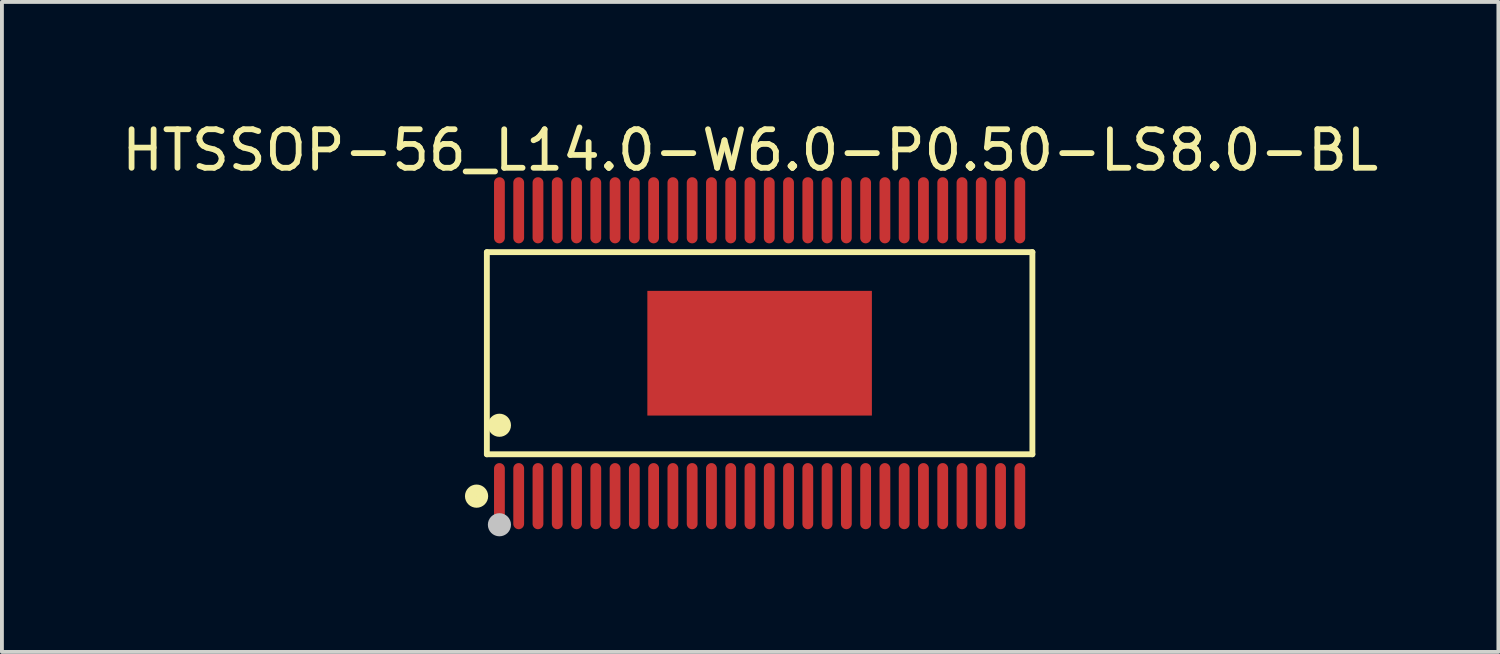
<source format=kicad_pcb>
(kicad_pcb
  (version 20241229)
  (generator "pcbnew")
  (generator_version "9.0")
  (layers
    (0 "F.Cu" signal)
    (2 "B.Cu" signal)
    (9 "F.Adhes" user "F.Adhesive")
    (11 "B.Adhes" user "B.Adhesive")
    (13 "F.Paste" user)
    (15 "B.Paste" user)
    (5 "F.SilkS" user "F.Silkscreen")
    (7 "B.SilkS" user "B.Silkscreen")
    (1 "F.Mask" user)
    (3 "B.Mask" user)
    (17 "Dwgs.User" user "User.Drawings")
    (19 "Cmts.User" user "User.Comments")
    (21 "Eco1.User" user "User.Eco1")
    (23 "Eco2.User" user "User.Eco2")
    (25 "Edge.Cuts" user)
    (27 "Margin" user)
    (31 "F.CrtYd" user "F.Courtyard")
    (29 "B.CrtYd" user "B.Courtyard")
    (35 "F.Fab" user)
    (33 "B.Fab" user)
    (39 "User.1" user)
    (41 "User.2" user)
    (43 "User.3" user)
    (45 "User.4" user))
  (footprint "HTSSOP-56_L14.0-W6.0-P0.50-LS8.0-BL"
    (layer "F.Cu")
    (at 16.656 6.113)
    (property "Reference" "HTSSOP-56_L14.0-W6.0-P0.50-LS8.0-BL" (at -0.245 -5.265 0) (layer "F.SilkS") (effects (font (size 1 1) (thickness 0.15))))
    (fp_line (start -7.076 -2.622) (end 7.076 -2.622) (stroke (width 0.152) (type default)) (layer "F.SilkS"))
    (fp_line (start -7.076 2.622) (end -7.076 -2.622) (stroke (width 0.152) (type default)) (layer "F.SilkS"))
    (fp_line (start 7.076 -2.622) (end 7.076 2.622) (stroke (width 0.152) (type default)) (layer "F.SilkS"))
    (fp_line (start 7.076 2.622) (end -7.076 2.622) (stroke (width 0.152) (type default)) (layer "F.SilkS"))
    (fp_circle (center -7.343 3.708) (end -7.192 3.708) (stroke (width 0.3) (type default)) (fill no) (layer "F.SilkS"))
    (fp_circle (center -6.75 1.869) (end -6.6 1.869) (stroke (width 0.3) (type default)) (fill no) (layer "F.SilkS"))
    (fp_circle (center -6.75 4.45) (end -6.6 4.45) (stroke (width 0.3) (type default)) (fill no) (layer "Dwgs.User"))
    (fp_poly (pts (xy -6.86 -4.05) (xy -6.86 -3.425) (xy -6.64 -3.425) (xy -6.64 -4.05)) (stroke (width 0.1) (type default)) (fill no) (layer "User.1"))
    (fp_poly (pts (xy -6.86 -3.435) (xy -6.86 -3.04) (xy -6.64 -3.04) (xy -6.64 -3.435)) (stroke (width 0.1) (type default)) (fill no) (layer "User.1"))
    (fp_poly (pts (xy -6.86 3.435) (xy -6.86 3.04) (xy -6.64 3.04) (xy -6.64 3.435)) (stroke (width 0.1) (type default)) (fill no) (layer "User.1"))
    (fp_poly (pts (xy -6.86 4.05) (xy -6.86 3.425) (xy -6.64 3.425) (xy -6.64 4.05)) (stroke (width 0.1) (type default)) (fill no) (layer "User.1"))
    (fp_poly (pts (xy -6.36 -4.05) (xy -6.36 -3.425) (xy -6.14 -3.425) (xy -6.14 -4.05)) (stroke (width 0.1) (type default)) (fill no) (layer "User.1"))
    (fp_poly (pts (xy -6.36 -3.435) (xy -6.36 -3.04) (xy -6.14 -3.04) (xy -6.14 -3.435)) (stroke (width 0.1) (type default)) (fill no) (layer "User.1"))
    (fp_poly (pts (xy -6.36 3.435) (xy -6.36 3.04) (xy -6.14 3.04) (xy -6.14 3.435)) (stroke (width 0.1) (type default)) (fill no) (layer "User.1"))
    (fp_poly (pts (xy -6.36 4.05) (xy -6.36 3.425) (xy -6.14 3.425) (xy -6.14 4.05)) (stroke (width 0.1) (type default)) (fill no) (layer "User.1"))
    (fp_poly (pts (xy -5.86 -4.05) (xy -5.86 -3.425) (xy -5.64 -3.425) (xy -5.64 -4.05)) (stroke (width 0.1) (type default)) (fill no) (layer "User.1"))
    (fp_poly (pts (xy -5.86 -3.435) (xy -5.86 -3.04) (xy -5.64 -3.04) (xy -5.64 -3.435)) (stroke (width 0.1) (type default)) (fill no) (layer "User.1"))
    (fp_poly (pts (xy -5.86 3.435) (xy -5.86 3.04) (xy -5.64 3.04) (xy -5.64 3.435)) (stroke (width 0.1) (type default)) (fill no) (layer "User.1"))
    (fp_poly (pts (xy -5.86 4.05) (xy -5.86 3.425) (xy -5.64 3.425) (xy -5.64 4.05)) (stroke (width 0.1) (type default)) (fill no) (layer "User.1"))
    (fp_poly (pts (xy -5.36 -4.05) (xy -5.36 -3.425) (xy -5.14 -3.425) (xy -5.14 -4.05)) (stroke (width 0.1) (type default)) (fill no) (layer "User.1"))
    (fp_poly (pts (xy -5.36 -3.435) (xy -5.36 -3.04) (xy -5.14 -3.04) (xy -5.14 -3.435)) (stroke (width 0.1) (type default)) (fill no) (layer "User.1"))
    (fp_poly (pts (xy -5.36 3.435) (xy -5.36 3.04) (xy -5.14 3.04) (xy -5.14 3.435)) (stroke (width 0.1) (type default)) (fill no) (layer "User.1"))
    (fp_poly (pts (xy -5.36 4.05) (xy -5.36 3.425) (xy -5.14 3.425) (xy -5.14 4.05)) (stroke (width 0.1) (type default)) (fill no) (layer "User.1"))
    (fp_poly (pts (xy -4.86 -4.05) (xy -4.86 -3.425) (xy -4.64 -3.425) (xy -4.64 -4.05)) (stroke (width 0.1) (type default)) (fill no) (layer "User.1"))
    (fp_poly (pts (xy -4.86 -3.435) (xy -4.86 -3.04) (xy -4.64 -3.04) (xy -4.64 -3.435)) (stroke (width 0.1) (type default)) (fill no) (layer "User.1"))
    (fp_poly (pts (xy -4.86 3.435) (xy -4.86 3.04) (xy -4.64 3.04) (xy -4.64 3.435)) (stroke (width 0.1) (type default)) (fill no) (layer "User.1"))
    (fp_poly (pts (xy -4.86 4.05) (xy -4.86 3.425) (xy -4.64 3.425) (xy -4.64 4.05)) (stroke (width 0.1) (type default)) (fill no) (layer "User.1"))
    (fp_poly (pts (xy -4.36 -4.05) (xy -4.36 -3.425) (xy -4.14 -3.425) (xy -4.14 -4.05)) (stroke (width 0.1) (type default)) (fill no) (layer "User.1"))
    (fp_poly (pts (xy -4.36 -3.435) (xy -4.36 -3.04) (xy -4.14 -3.04) (xy -4.14 -3.435)) (stroke (width 0.1) (type default)) (fill no) (layer "User.1"))
    (fp_poly (pts (xy -4.36 3.435) (xy -4.36 3.04) (xy -4.14 3.04) (xy -4.14 3.435)) (stroke (width 0.1) (type default)) (fill no) (layer "User.1"))
    (fp_poly (pts (xy -4.36 4.05) (xy -4.36 3.425) (xy -4.14 3.425) (xy -4.14 4.05)) (stroke (width 0.1) (type default)) (fill no) (layer "User.1"))
    (fp_poly (pts (xy -3.86 -4.05) (xy -3.86 -3.425) (xy -3.64 -3.425) (xy -3.64 -4.05)) (stroke (width 0.1) (type default)) (fill no) (layer "User.1"))
    (fp_poly (pts (xy -3.86 -3.435) (xy -3.86 -3.04) (xy -3.64 -3.04) (xy -3.64 -3.435)) (stroke (width 0.1) (type default)) (fill no) (layer "User.1"))
    (fp_poly (pts (xy -3.86 3.435) (xy -3.86 3.04) (xy -3.64 3.04) (xy -3.64 3.435)) (stroke (width 0.1) (type default)) (fill no) (layer "User.1"))
    (fp_poly (pts (xy -3.86 4.05) (xy -3.86 3.425) (xy -3.64 3.425) (xy -3.64 4.05)) (stroke (width 0.1) (type default)) (fill no) (layer "User.1"))
    (fp_poly (pts (xy -3.36 -4.05) (xy -3.36 -3.425) (xy -3.14 -3.425) (xy -3.14 -4.05)) (stroke (width 0.1) (type default)) (fill no) (layer "User.1"))
    (fp_poly (pts (xy -3.36 -3.435) (xy -3.36 -3.04) (xy -3.14 -3.04) (xy -3.14 -3.435)) (stroke (width 0.1) (type default)) (fill no) (layer "User.1"))
    (fp_poly (pts (xy -3.36 3.435) (xy -3.36 3.04) (xy -3.14 3.04) (xy -3.14 3.435)) (stroke (width 0.1) (type default)) (fill no) (layer "User.1"))
    (fp_poly (pts (xy -3.36 4.05) (xy -3.36 3.425) (xy -3.14 3.425) (xy -3.14 4.05)) (stroke (width 0.1) (type default)) (fill no) (layer "User.1"))
    (fp_poly (pts (xy -2.913 1.617) (xy -2.913 -1.617) (xy 2.913 -1.617) (xy 2.913 1.617)) (stroke (width 0.1) (type default)) (fill no) (layer "User.1"))
    (fp_poly (pts (xy -2.86 -4.05) (xy -2.86 -3.425) (xy -2.64 -3.425) (xy -2.64 -4.05)) (stroke (width 0.1) (type default)) (fill no) (layer "User.1"))
    (fp_poly (pts (xy -2.86 -3.435) (xy -2.86 -3.04) (xy -2.64 -3.04) (xy -2.64 -3.435)) (stroke (width 0.1) (type default)) (fill no) (layer "User.1"))
    (fp_poly (pts (xy -2.86 3.435) (xy -2.86 3.04) (xy -2.64 3.04) (xy -2.64 3.435)) (stroke (width 0.1) (type default)) (fill no) (layer "User.1"))
    (fp_poly (pts (xy -2.86 4.05) (xy -2.86 3.425) (xy -2.64 3.425) (xy -2.64 4.05)) (stroke (width 0.1) (type default)) (fill no) (layer "User.1"))
    (fp_poly (pts (xy -2.36 -4.05) (xy -2.36 -3.425) (xy -2.14 -3.425) (xy -2.14 -4.05)) (stroke (width 0.1) (type default)) (fill no) (layer "User.1"))
    (fp_poly (pts (xy -2.36 -3.435) (xy -2.36 -3.04) (xy -2.14 -3.04) (xy -2.14 -3.435)) (stroke (width 0.1) (type default)) (fill no) (layer "User.1"))
    (fp_poly (pts (xy -2.36 3.435) (xy -2.36 3.04) (xy -2.14 3.04) (xy -2.14 3.435)) (stroke (width 0.1) (type default)) (fill no) (layer "User.1"))
    (fp_poly (pts (xy -2.36 4.05) (xy -2.36 3.425) (xy -2.14 3.425) (xy -2.14 4.05)) (stroke (width 0.1) (type default)) (fill no) (layer "User.1"))
    (fp_poly (pts (xy -1.86 -4.05) (xy -1.86 -3.425) (xy -1.64 -3.425) (xy -1.64 -4.05)) (stroke (width 0.1) (type default)) (fill no) (layer "User.1"))
    (fp_poly (pts (xy -1.86 -3.435) (xy -1.86 -3.04) (xy -1.64 -3.04) (xy -1.64 -3.435)) (stroke (width 0.1) (type default)) (fill no) (layer "User.1"))
    (fp_poly (pts (xy -1.86 3.435) (xy -1.86 3.04) (xy -1.64 3.04) (xy -1.64 3.435)) (stroke (width 0.1) (type default)) (fill no) (layer "User.1"))
    (fp_poly (pts (xy -1.86 4.05) (xy -1.86 3.425) (xy -1.64 3.425) (xy -1.64 4.05)) (stroke (width 0.1) (type default)) (fill no) (layer "User.1"))
    (fp_poly (pts (xy -1.36 -4.05) (xy -1.36 -3.425) (xy -1.14 -3.425) (xy -1.14 -4.05)) (stroke (width 0.1) (type default)) (fill no) (layer "User.1"))
    (fp_poly (pts (xy -1.36 -3.435) (xy -1.36 -3.04) (xy -1.14 -3.04) (xy -1.14 -3.435)) (stroke (width 0.1) (type default)) (fill no) (layer "User.1"))
    (fp_poly (pts (xy -1.36 3.435) (xy -1.36 3.04) (xy -1.14 3.04) (xy -1.14 3.435)) (stroke (width 0.1) (type default)) (fill no) (layer "User.1"))
    (fp_poly (pts (xy -1.36 4.05) (xy -1.36 3.425) (xy -1.14 3.425) (xy -1.14 4.05)) (stroke (width 0.1) (type default)) (fill no) (layer "User.1"))
    (fp_poly (pts (xy -0.86 -4.05) (xy -0.86 -3.425) (xy -0.64 -3.425) (xy -0.64 -4.05)) (stroke (width 0.1) (type default)) (fill no) (layer "User.1"))
    (fp_poly (pts (xy -0.86 -3.435) (xy -0.86 -3.04) (xy -0.64 -3.04) (xy -0.64 -3.435)) (stroke (width 0.1) (type default)) (fill no) (layer "User.1"))
    (fp_poly (pts (xy -0.86 3.435) (xy -0.86 3.04) (xy -0.64 3.04) (xy -0.64 3.435)) (stroke (width 0.1) (type default)) (fill no) (layer "User.1"))
    (fp_poly (pts (xy -0.86 4.05) (xy -0.86 3.425) (xy -0.64 3.425) (xy -0.64 4.05)) (stroke (width 0.1) (type default)) (fill no) (layer "User.1"))
    (fp_poly (pts (xy -0.36 -4.05) (xy -0.36 -3.425) (xy -0.14 -3.425) (xy -0.14 -4.05)) (stroke (width 0.1) (type default)) (fill no) (layer "User.1"))
    (fp_poly (pts (xy -0.36 -3.435) (xy -0.36 -3.04) (xy -0.14 -3.04) (xy -0.14 -3.435)) (stroke (width 0.1) (type default)) (fill no) (layer "User.1"))
    (fp_poly (pts (xy -0.36 3.435) (xy -0.36 3.04) (xy -0.14 3.04) (xy -0.14 3.435)) (stroke (width 0.1) (type default)) (fill no) (layer "User.1"))
    (fp_poly (pts (xy -0.36 4.05) (xy -0.36 3.425) (xy -0.14 3.425) (xy -0.14 4.05)) (stroke (width 0.1) (type default)) (fill no) (layer "User.1"))
    (fp_poly (pts (xy 0.14 -4.05) (xy 0.14 -3.425) (xy 0.36 -3.425) (xy 0.36 -4.05)) (stroke (width 0.1) (type default)) (fill no) (layer "User.1"))
    (fp_poly (pts (xy 0.14 -3.435) (xy 0.14 -3.04) (xy 0.36 -3.04) (xy 0.36 -3.435)) (stroke (width 0.1) (type default)) (fill no) (layer "User.1"))
    (fp_poly (pts (xy 0.14 3.435) (xy 0.14 3.04) (xy 0.36 3.04) (xy 0.36 3.435)) (stroke (width 0.1) (type default)) (fill no) (layer "User.1"))
    (fp_poly (pts (xy 0.14 4.05) (xy 0.14 3.425) (xy 0.36 3.425) (xy 0.36 4.05)) (stroke (width 0.1) (type default)) (fill no) (layer "User.1"))
    (fp_poly (pts (xy 0.64 -4.05) (xy 0.64 -3.425) (xy 0.86 -3.425) (xy 0.86 -4.05)) (stroke (width 0.1) (type default)) (fill no) (layer "User.1"))
    (fp_poly (pts (xy 0.64 -3.435) (xy 0.64 -3.04) (xy 0.86 -3.04) (xy 0.86 -3.435)) (stroke (width 0.1) (type default)) (fill no) (layer "User.1"))
    (fp_poly (pts (xy 0.64 3.435) (xy 0.64 3.04) (xy 0.86 3.04) (xy 0.86 3.435)) (stroke (width 0.1) (type default)) (fill no) (layer "User.1"))
    (fp_poly (pts (xy 0.64 4.05) (xy 0.64 3.425) (xy 0.86 3.425) (xy 0.86 4.05)) (stroke (width 0.1) (type default)) (fill no) (layer "User.1"))
    (fp_poly (pts (xy 1.14 -4.05) (xy 1.14 -3.425) (xy 1.36 -3.425) (xy 1.36 -4.05)) (stroke (width 0.1) (type default)) (fill no) (layer "User.1"))
    (fp_poly (pts (xy 1.14 -3.435) (xy 1.14 -3.04) (xy 1.36 -3.04) (xy 1.36 -3.435)) (stroke (width 0.1) (type default)) (fill no) (layer "User.1"))
    (fp_poly (pts (xy 1.14 3.435) (xy 1.14 3.04) (xy 1.36 3.04) (xy 1.36 3.435)) (stroke (width 0.1) (type default)) (fill no) (layer "User.1"))
    (fp_poly (pts (xy 1.14 4.05) (xy 1.14 3.425) (xy 1.36 3.425) (xy 1.36 4.05)) (stroke (width 0.1) (type default)) (fill no) (layer "User.1"))
    (fp_poly (pts (xy 1.64 -4.05) (xy 1.64 -3.425) (xy 1.86 -3.425) (xy 1.86 -4.05)) (stroke (width 0.1) (type default)) (fill no) (layer "User.1"))
    (fp_poly (pts (xy 1.64 -3.435) (xy 1.64 -3.04) (xy 1.86 -3.04) (xy 1.86 -3.435)) (stroke (width 0.1) (type default)) (fill no) (layer "User.1"))
    (fp_poly (pts (xy 1.64 3.435) (xy 1.64 3.04) (xy 1.86 3.04) (xy 1.86 3.435)) (stroke (width 0.1) (type default)) (fill no) (layer "User.1"))
    (fp_poly (pts (xy 1.64 4.05) (xy 1.64 3.425) (xy 1.86 3.425) (xy 1.86 4.05)) (stroke (width 0.1) (type default)) (fill no) (layer "User.1"))
    (fp_poly (pts (xy 2.14 -4.05) (xy 2.14 -3.425) (xy 2.36 -3.425) (xy 2.36 -4.05)) (stroke (width 0.1) (type default)) (fill no) (layer "User.1"))
    (fp_poly (pts (xy 2.14 -3.435) (xy 2.14 -3.04) (xy 2.36 -3.04) (xy 2.36 -3.435)) (stroke (width 0.1) (type default)) (fill no) (layer "User.1"))
    (fp_poly (pts (xy 2.14 3.435) (xy 2.14 3.04) (xy 2.36 3.04) (xy 2.36 3.435)) (stroke (width 0.1) (type default)) (fill no) (layer "User.1"))
    (fp_poly (pts (xy 2.14 4.05) (xy 2.14 3.425) (xy 2.36 3.425) (xy 2.36 4.05)) (stroke (width 0.1) (type default)) (fill no) (layer "User.1"))
    (fp_poly (pts (xy 2.64 -4.05) (xy 2.64 -3.425) (xy 2.86 -3.425) (xy 2.86 -4.05)) (stroke (width 0.1) (type default)) (fill no) (layer "User.1"))
    (fp_poly (pts (xy 2.64 -3.435) (xy 2.64 -3.04) (xy 2.86 -3.04) (xy 2.86 -3.435)) (stroke (width 0.1) (type default)) (fill no) (layer "User.1"))
    (fp_poly (pts (xy 2.64 3.435) (xy 2.64 3.04) (xy 2.86 3.04) (xy 2.86 3.435)) (stroke (width 0.1) (type default)) (fill no) (layer "User.1"))
    (fp_poly (pts (xy 2.64 4.05) (xy 2.64 3.425) (xy 2.86 3.425) (xy 2.86 4.05)) (stroke (width 0.1) (type default)) (fill no) (layer "User.1"))
    (fp_poly (pts (xy 3.14 -4.05) (xy 3.14 -3.425) (xy 3.36 -3.425) (xy 3.36 -4.05)) (stroke (width 0.1) (type default)) (fill no) (layer "User.1"))
    (fp_poly (pts (xy 3.14 -3.435) (xy 3.14 -3.04) (xy 3.36 -3.04) (xy 3.36 -3.435)) (stroke (width 0.1) (type default)) (fill no) (layer "User.1"))
    (fp_poly (pts (xy 3.14 3.435) (xy 3.14 3.04) (xy 3.36 3.04) (xy 3.36 3.435)) (stroke (width 0.1) (type default)) (fill no) (layer "User.1"))
    (fp_poly (pts (xy 3.14 4.05) (xy 3.14 3.425) (xy 3.36 3.425) (xy 3.36 4.05)) (stroke (width 0.1) (type default)) (fill no) (layer "User.1"))
    (fp_poly (pts (xy 3.64 -4.05) (xy 3.64 -3.425) (xy 3.86 -3.425) (xy 3.86 -4.05)) (stroke (width 0.1) (type default)) (fill no) (layer "User.1"))
    (fp_poly (pts (xy 3.64 -3.435) (xy 3.64 -3.04) (xy 3.86 -3.04) (xy 3.86 -3.435)) (stroke (width 0.1) (type default)) (fill no) (layer "User.1"))
    (fp_poly (pts (xy 3.64 3.435) (xy 3.64 3.04) (xy 3.86 3.04) (xy 3.86 3.435)) (stroke (width 0.1) (type default)) (fill no) (layer "User.1"))
    (fp_poly (pts (xy 3.64 4.05) (xy 3.64 3.425) (xy 3.86 3.425) (xy 3.86 4.05)) (stroke (width 0.1) (type default)) (fill no) (layer "User.1"))
    (fp_poly (pts (xy 4.14 -4.05) (xy 4.14 -3.425) (xy 4.36 -3.425) (xy 4.36 -4.05)) (stroke (width 0.1) (type default)) (fill no) (layer "User.1"))
    (fp_poly (pts (xy 4.14 -3.435) (xy 4.14 -3.04) (xy 4.36 -3.04) (xy 4.36 -3.435)) (stroke (width 0.1) (type default)) (fill no) (layer "User.1"))
    (fp_poly (pts (xy 4.14 3.435) (xy 4.14 3.04) (xy 4.36 3.04) (xy 4.36 3.435)) (stroke (width 0.1) (type default)) (fill no) (layer "User.1"))
    (fp_poly (pts (xy 4.14 4.05) (xy 4.14 3.425) (xy 4.36 3.425) (xy 4.36 4.05)) (stroke (width 0.1) (type default)) (fill no) (layer "User.1"))
    (fp_poly (pts (xy 4.64 -4.05) (xy 4.64 -3.425) (xy 4.86 -3.425) (xy 4.86 -4.05)) (stroke (width 0.1) (type default)) (fill no) (layer "User.1"))
    (fp_poly (pts (xy 4.64 -3.435) (xy 4.64 -3.04) (xy 4.86 -3.04) (xy 4.86 -3.435)) (stroke (width 0.1) (type default)) (fill no) (layer "User.1"))
    (fp_poly (pts (xy 4.64 3.435) (xy 4.64 3.04) (xy 4.86 3.04) (xy 4.86 3.435)) (stroke (width 0.1) (type default)) (fill no) (layer "User.1"))
    (fp_poly (pts (xy 4.64 4.05) (xy 4.64 3.425) (xy 4.86 3.425) (xy 4.86 4.05)) (stroke (width 0.1) (type default)) (fill no) (layer "User.1"))
    (fp_poly (pts (xy 5.14 -4.05) (xy 5.14 -3.425) (xy 5.36 -3.425) (xy 5.36 -4.05)) (stroke (width 0.1) (type default)) (fill no) (layer "User.1"))
    (fp_poly (pts (xy 5.14 -3.435) (xy 5.14 -3.04) (xy 5.36 -3.04) (xy 5.36 -3.435)) (stroke (width 0.1) (type default)) (fill no) (layer "User.1"))
    (fp_poly (pts (xy 5.14 3.435) (xy 5.14 3.04) (xy 5.36 3.04) (xy 5.36 3.435)) (stroke (width 0.1) (type default)) (fill no) (layer "User.1"))
    (fp_poly (pts (xy 5.14 4.05) (xy 5.14 3.425) (xy 5.36 3.425) (xy 5.36 4.05)) (stroke (width 0.1) (type default)) (fill no) (layer "User.1"))
    (fp_poly (pts (xy 5.64 -4.05) (xy 5.64 -3.425) (xy 5.86 -3.425) (xy 5.86 -4.05)) (stroke (width 0.1) (type default)) (fill no) (layer "User.1"))
    (fp_poly (pts (xy 5.64 -3.435) (xy 5.64 -3.04) (xy 5.86 -3.04) (xy 5.86 -3.435)) (stroke (width 0.1) (type default)) (fill no) (layer "User.1"))
    (fp_poly (pts (xy 5.64 3.435) (xy 5.64 3.04) (xy 5.86 3.04) (xy 5.86 3.435)) (stroke (width 0.1) (type default)) (fill no) (layer "User.1"))
    (fp_poly (pts (xy 5.64 4.05) (xy 5.64 3.425) (xy 5.86 3.425) (xy 5.86 4.05)) (stroke (width 0.1) (type default)) (fill no) (layer "User.1"))
    (fp_poly (pts (xy 6.14 -4.05) (xy 6.14 -3.425) (xy 6.36 -3.425) (xy 6.36 -4.05)) (stroke (width 0.1) (type default)) (fill no) (layer "User.1"))
    (fp_poly (pts (xy 6.14 -3.435) (xy 6.14 -3.04) (xy 6.36 -3.04) (xy 6.36 -3.435)) (stroke (width 0.1) (type default)) (fill no) (layer "User.1"))
    (fp_poly (pts (xy 6.14 3.435) (xy 6.14 3.04) (xy 6.36 3.04) (xy 6.36 3.435)) (stroke (width 0.1) (type default)) (fill no) (layer "User.1"))
    (fp_poly (pts (xy 6.14 4.05) (xy 6.14 3.425) (xy 6.36 3.425) (xy 6.36 4.05)) (stroke (width 0.1) (type default)) (fill no) (layer "User.1"))
    (fp_poly (pts (xy 6.64 -4.05) (xy 6.64 -3.425) (xy 6.86 -3.425) (xy 6.86 -4.05)) (stroke (width 0.1) (type default)) (fill no) (layer "User.1"))
    (fp_poly (pts (xy 6.64 -3.435) (xy 6.64 -3.04) (xy 6.86 -3.04) (xy 6.86 -3.435)) (stroke (width 0.1) (type default)) (fill no) (layer "User.1"))
    (fp_poly (pts (xy 6.64 3.435) (xy 6.64 3.04) (xy 6.86 3.04) (xy 6.86 3.435)) (stroke (width 0.1) (type default)) (fill no) (layer "User.1"))
    (fp_poly (pts (xy 6.64 4.05) (xy 6.64 3.425) (xy 6.86 3.425) (xy 6.86 4.05)) (stroke (width 0.1) (type default)) (fill no) (layer "User.1"))
    (fp_line (start -7 -3.05) (end 7 -3.05) (stroke (width 0.051) (type default)) (layer "User.2"))
    (fp_line (start -7 3.05) (end -7 -3.05) (stroke (width 0.051) (type default)) (layer "User.2"))
    (fp_line (start 7 -3.05) (end 7 3.05) (stroke (width 0.051) (type default)) (layer "User.2"))
    (fp_line (start 7 3.05) (end -7 3.05) (stroke (width 0.051) (type default)) (layer "User.2"))
    (fp_poly (pts (xy -6.945 4.027) (xy -6.977 3.995) (xy -7.023 3.995) (xy -7.055 4.027) (xy -7.055 4.073) (xy -7.023 4.105) (xy -6.977 4.105) (xy -6.945 4.073)) (stroke (width 0.1) (type default)) (fill no) (layer "User.3"))
    (pad "1" smd oval (at -6.75 3.708) (size 0.28 1.715) (layers "F.Cu" "F.Mask" "F.Paste"))
    (pad "2" smd oval (at -6.25 3.708) (size 0.28 1.715) (layers "F.Cu" "F.Mask" "F.Paste"))
    (pad "3" smd oval (at -5.75 3.708) (size 0.28 1.715) (layers "F.Cu" "F.Mask" "F.Paste"))
    (pad "4" smd oval (at -5.25 3.708) (size 0.28 1.715) (layers "F.Cu" "F.Mask" "F.Paste"))
    (pad "5" smd oval (at -4.75 3.708) (size 0.28 1.715) (layers "F.Cu" "F.Mask" "F.Paste"))
    (pad "6" smd oval (at -4.25 3.708) (size 0.28 1.715) (layers "F.Cu" "F.Mask" "F.Paste"))
    (pad "7" smd oval (at -3.75 3.708) (size 0.28 1.715) (layers "F.Cu" "F.Mask" "F.Paste"))
    (pad "8" smd oval (at -3.25 3.708) (size 0.28 1.715) (layers "F.Cu" "F.Mask" "F.Paste"))
    (pad "9" smd oval (at -2.75 3.708) (size 0.28 1.715) (layers "F.Cu" "F.Mask" "F.Paste"))
    (pad "10" smd oval (at -2.25 3.708) (size 0.28 1.715) (layers "F.Cu" "F.Mask" "F.Paste"))
    (pad "11" smd oval (at -1.75 3.708) (size 0.28 1.715) (layers "F.Cu" "F.Mask" "F.Paste"))
    (pad "12" smd oval (at -1.25 3.708) (size 0.28 1.715) (layers "F.Cu" "F.Mask" "F.Paste"))
    (pad "13" smd oval (at -0.75 3.708) (size 0.28 1.715) (layers "F.Cu" "F.Mask" "F.Paste"))
    (pad "14" smd oval (at -0.25 3.708) (size 0.28 1.715) (layers "F.Cu" "F.Mask" "F.Paste"))
    (pad "15" smd oval (at 0.25 3.708) (size 0.28 1.715) (layers "F.Cu" "F.Mask" "F.Paste"))
    (pad "16" smd oval (at 0.75 3.708) (size 0.28 1.715) (layers "F.Cu" "F.Mask" "F.Paste"))
    (pad "17" smd oval (at 1.25 3.708) (size 0.28 1.715) (layers "F.Cu" "F.Mask" "F.Paste"))
    (pad "18" smd oval (at 1.75 3.708) (size 0.28 1.715) (layers "F.Cu" "F.Mask" "F.Paste"))
    (pad "19" smd oval (at 2.25 3.708) (size 0.28 1.715) (layers "F.Cu" "F.Mask" "F.Paste"))
    (pad "20" smd oval (at 2.75 3.708) (size 0.28 1.715) (layers "F.Cu" "F.Mask" "F.Paste"))
    (pad "21" smd oval (at 3.25 3.708) (size 0.28 1.715) (layers "F.Cu" "F.Mask" "F.Paste"))
    (pad "22" smd oval (at 3.75 3.708) (size 0.28 1.715) (layers "F.Cu" "F.Mask" "F.Paste"))
    (pad "23" smd oval (at 4.25 3.708) (size 0.28 1.715) (layers "F.Cu" "F.Mask" "F.Paste"))
    (pad "24" smd oval (at 4.75 3.708) (size 0.28 1.715) (layers "F.Cu" "F.Mask" "F.Paste"))
    (pad "25" smd oval (at 5.25 3.708) (size 0.28 1.715) (layers "F.Cu" "F.Mask" "F.Paste"))
    (pad "26" smd oval (at 5.75 3.708) (size 0.28 1.715) (layers "F.Cu" "F.Mask" "F.Paste"))
    (pad "27" smd oval (at 6.25 3.708) (size 0.28 1.715) (layers "F.Cu" "F.Mask" "F.Paste"))
    (pad "28" smd oval (at 6.75 3.708) (size 0.28 1.715) (layers "F.Cu" "F.Mask" "F.Paste"))
    (pad "29" smd oval (at 6.75 -3.708) (size 0.28 1.715) (layers "F.Cu" "F.Mask" "F.Paste"))
    (pad "30" smd oval (at 6.25 -3.708) (size 0.28 1.715) (layers "F.Cu" "F.Mask" "F.Paste"))
    (pad "31" smd oval (at 5.75 -3.708) (size 0.28 1.715) (layers "F.Cu" "F.Mask" "F.Paste"))
    (pad "32" smd oval (at 5.25 -3.708) (size 0.28 1.715) (layers "F.Cu" "F.Mask" "F.Paste"))
    (pad "33" smd oval (at 4.75 -3.708) (size 0.28 1.715) (layers "F.Cu" "F.Mask" "F.Paste"))
    (pad "34" smd oval (at 4.25 -3.708) (size 0.28 1.715) (layers "F.Cu" "F.Mask" "F.Paste"))
    (pad "35" smd oval (at 3.75 -3.708) (size 0.28 1.715) (layers "F.Cu" "F.Mask" "F.Paste"))
    (pad "36" smd oval (at 3.25 -3.708) (size 0.28 1.715) (layers "F.Cu" "F.Mask" "F.Paste"))
    (pad "37" smd oval (at 2.75 -3.708) (size 0.28 1.715) (layers "F.Cu" "F.Mask" "F.Paste"))
    (pad "38" smd oval (at 2.25 -3.708) (size 0.28 1.715) (layers "F.Cu" "F.Mask" "F.Paste"))
    (pad "39" smd oval (at 1.75 -3.708) (size 0.28 1.715) (layers "F.Cu" "F.Mask" "F.Paste"))
    (pad "40" smd oval (at 1.25 -3.708) (size 0.28 1.715) (layers "F.Cu" "F.Mask" "F.Paste"))
    (pad "41" smd oval (at 0.75 -3.708) (size 0.28 1.715) (layers "F.Cu" "F.Mask" "F.Paste"))
    (pad "42" smd oval (at 0.25 -3.708) (size 0.28 1.715) (layers "F.Cu" "F.Mask" "F.Paste"))
    (pad "43" smd oval (at -0.25 -3.708) (size 0.28 1.715) (layers "F.Cu" "F.Mask" "F.Paste"))
    (pad "44" smd oval (at -0.75 -3.708) (size 0.28 1.715) (layers "F.Cu" "F.Mask" "F.Paste"))
    (pad "45" smd oval (at -1.25 -3.708) (size 0.28 1.715) (layers "F.Cu" "F.Mask" "F.Paste"))
    (pad "46" smd oval (at -1.75 -3.708) (size 0.28 1.715) (layers "F.Cu" "F.Mask" "F.Paste"))
    (pad "47" smd oval (at -2.25 -3.708) (size 0.28 1.715) (layers "F.Cu" "F.Mask" "F.Paste"))
    (pad "48" smd oval (at -2.75 -3.708) (size 0.28 1.715) (layers "F.Cu" "F.Mask" "F.Paste"))
    (pad "49" smd oval (at -3.25 -3.708) (size 0.28 1.715) (layers "F.Cu" "F.Mask" "F.Paste"))
    (pad "50" smd oval (at -3.75 -3.708) (size 0.28 1.715) (layers "F.Cu" "F.Mask" "F.Paste"))
    (pad "51" smd oval (at -4.25 -3.708) (size 0.28 1.715) (layers "F.Cu" "F.Mask" "F.Paste"))
    (pad "52" smd oval (at -4.75 -3.708) (size 0.28 1.715) (layers "F.Cu" "F.Mask" "F.Paste"))
    (pad "53" smd oval (at -5.25 -3.708) (size 0.28 1.715) (layers "F.Cu" "F.Mask" "F.Paste"))
    (pad "54" smd oval (at -5.75 -3.708) (size 0.28 1.715) (layers "F.Cu" "F.Mask" "F.Paste"))
    (pad "55" smd oval (at -6.25 -3.708) (size 0.28 1.715) (layers "F.Cu" "F.Mask" "F.Paste"))
    (pad "56" smd oval (at -6.75 -3.708) (size 0.28 1.715) (layers "F.Cu" "F.Mask" "F.Paste"))
    (pad "57" smd rect (at 0 0) (size 5.825 3.235) (layers "F.Cu" "F.Mask" "F.Paste")))
  (gr_rect
    (start -3 -3)
    (end 35.821 13.863)
    (stroke (width 0.1) (type default))
    (fill no)
    (layer "Edge.Cuts")))
</source>
